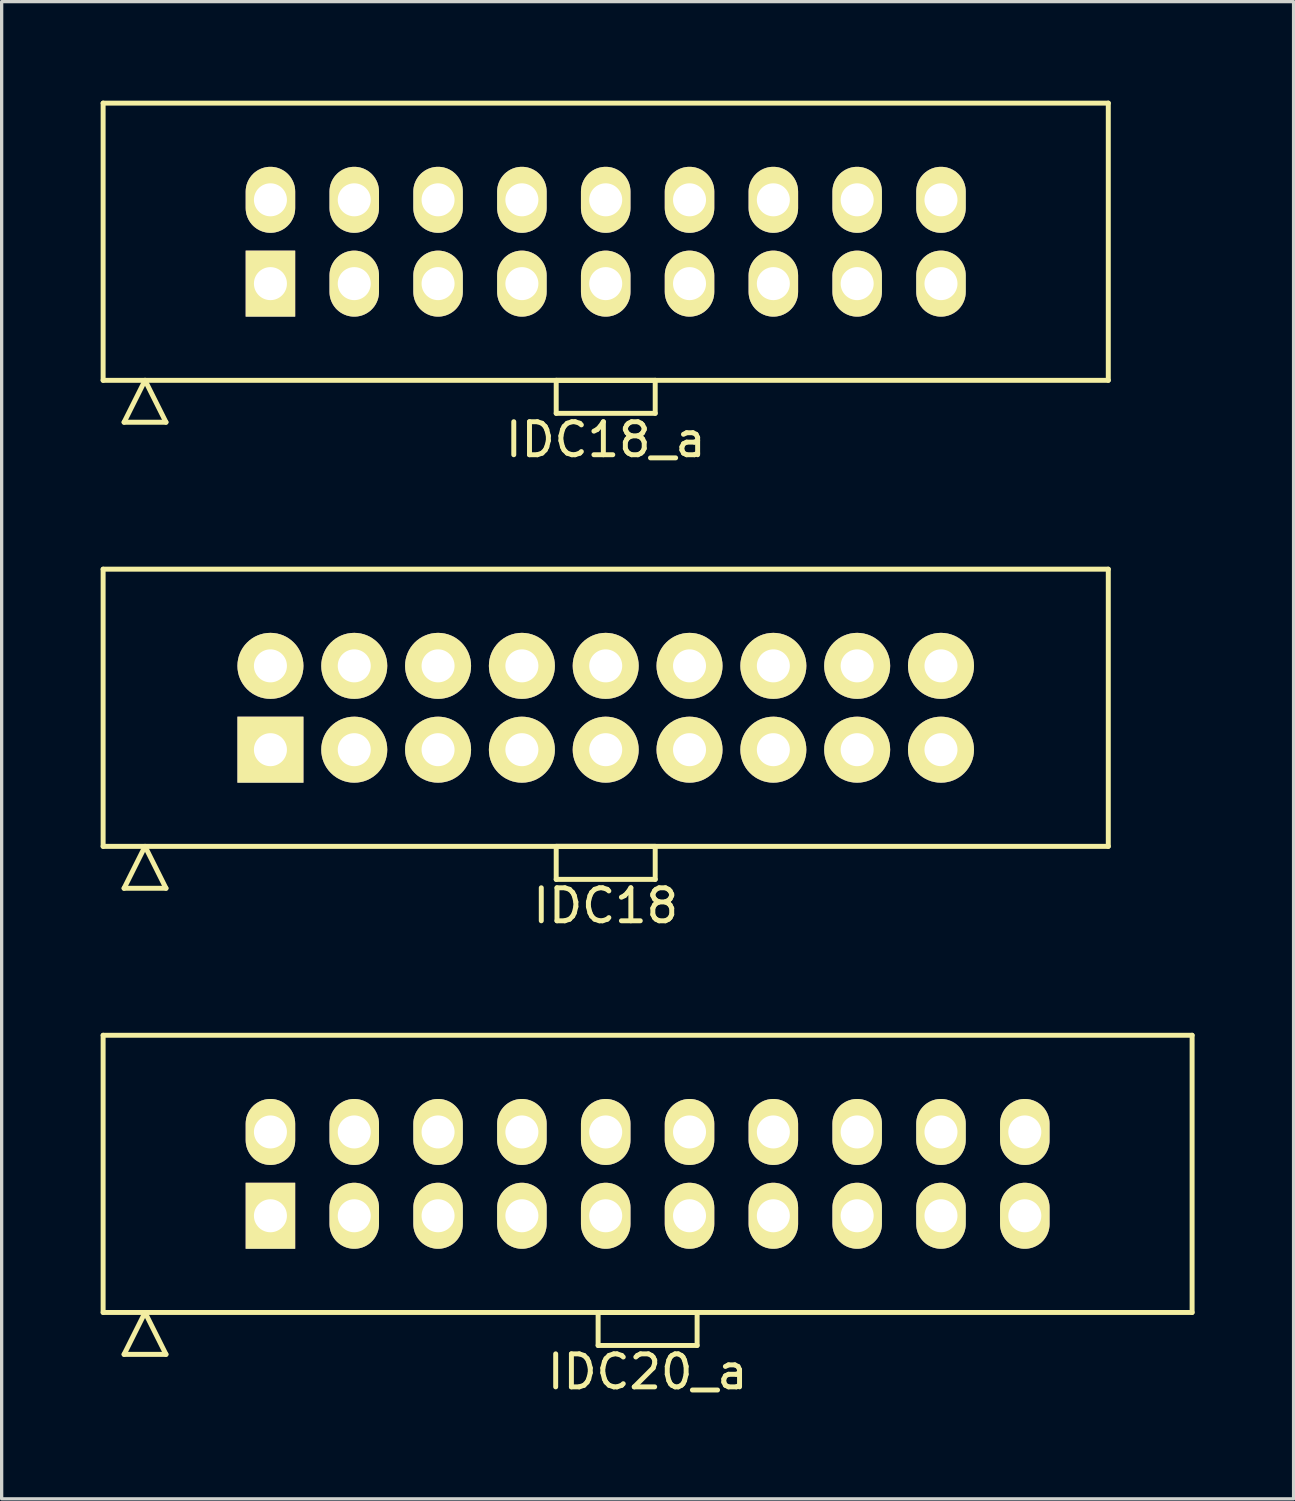
<source format=kicad_pcb>
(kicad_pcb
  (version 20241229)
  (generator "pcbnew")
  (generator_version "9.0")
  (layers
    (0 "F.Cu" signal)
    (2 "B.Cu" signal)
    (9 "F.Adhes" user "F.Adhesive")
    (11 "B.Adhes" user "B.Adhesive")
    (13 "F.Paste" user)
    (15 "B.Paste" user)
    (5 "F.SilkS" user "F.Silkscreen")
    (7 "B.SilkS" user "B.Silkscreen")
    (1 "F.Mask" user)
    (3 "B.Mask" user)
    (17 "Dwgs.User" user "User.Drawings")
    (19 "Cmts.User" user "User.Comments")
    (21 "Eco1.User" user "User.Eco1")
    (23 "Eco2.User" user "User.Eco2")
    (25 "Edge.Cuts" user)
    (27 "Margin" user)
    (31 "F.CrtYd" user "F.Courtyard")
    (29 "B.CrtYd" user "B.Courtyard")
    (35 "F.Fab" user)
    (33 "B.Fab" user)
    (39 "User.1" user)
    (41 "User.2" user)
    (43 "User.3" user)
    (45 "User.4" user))
  (footprint "IDC18"
    (layer "F.Cu")
    (at 15.305 18.398)
    (property "Reference" "IDC18" (at 0 6 0) (layer "F.SilkS") (effects (font (size 1 1) (thickness 0.15))))
    (attr through_hole)
    (fp_line (start -15.23 -4.2) (end -15.23 4.2) (stroke (width 0.15) (type solid)) (layer "F.SilkS"))
    (fp_line (start -15.23 4.2) (end 15.23 4.2) (stroke (width 0.15) (type solid)) (layer "F.SilkS"))
    (fp_line (start -14.595 5.47) (end -13.96 4.2) (stroke (width 0.15) (type solid)) (layer "F.SilkS"))
    (fp_line (start -14.595 5.47) (end -13.325 5.47) (stroke (width 0.15) (type solid)) (layer "F.SilkS"))
    (fp_line (start -13.325 5.47) (end -13.96 4.2) (stroke (width 0.15) (type solid)) (layer "F.SilkS"))
    (fp_line (start -1.5 4.2) (end -1.5 5.2) (stroke (width 0.15) (type solid)) (layer "F.SilkS"))
    (fp_line (start -1.5 5.2) (end 1.5 5.2) (stroke (width 0.15) (type solid)) (layer "F.SilkS"))
    (fp_line (start 1.5 4.2) (end -1.5 4.2) (stroke (width 0.15) (type solid)) (layer "F.SilkS"))
    (fp_line (start 1.5 5.2) (end 1.5 4.2) (stroke (width 0.15) (type solid)) (layer "F.SilkS"))
    (fp_line (start 15.23 -4.2) (end -15.23 -4.2) (stroke (width 0.15) (type solid)) (layer "F.SilkS"))
    (fp_line (start 15.23 4.2) (end 15.23 -4.2) (stroke (width 0.15) (type solid)) (layer "F.SilkS"))
    (pad "1" thru_hole rect (at -10.16 1.27) (size 2 2) (drill 1) (layers "*.Cu" "*.Mask" "F.SilkS"))
    (pad "2" thru_hole oval (at -10.16 -1.27) (size 2 2) (drill 1) (layers "*.Cu" "*.Mask" "F.SilkS"))
    (pad "3" thru_hole oval (at -7.62 1.27) (size 2 2) (drill 1) (layers "*.Cu" "*.Mask" "F.SilkS"))
    (pad "4" thru_hole oval (at -7.62 -1.27) (size 2 2) (drill 1) (layers "*.Cu" "*.Mask" "F.SilkS"))
    (pad "5" thru_hole oval (at -5.08 1.27) (size 2 2) (drill 1) (layers "*.Cu" "*.Mask" "F.SilkS"))
    (pad "6" thru_hole oval (at -5.08 -1.27) (size 2 2) (drill 1) (layers "*.Cu" "*.Mask" "F.SilkS"))
    (pad "7" thru_hole oval (at -2.54 1.27) (size 2 2) (drill 1) (layers "*.Cu" "*.Mask" "F.SilkS"))
    (pad "8" thru_hole oval (at -2.54 -1.27) (size 2 2) (drill 1) (layers "*.Cu" "*.Mask" "F.SilkS"))
    (pad "9" thru_hole oval (at 0 1.27) (size 2 2) (drill 1) (layers "*.Cu" "*.Mask" "F.SilkS"))
    (pad "10" thru_hole oval (at 0 -1.27) (size 2 2) (drill 1) (layers "*.Cu" "*.Mask" "F.SilkS"))
    (pad "11" thru_hole oval (at 2.54 1.27) (size 2 2) (drill 1) (layers "*.Cu" "*.Mask" "F.SilkS"))
    (pad "12" thru_hole oval (at 2.54 -1.27) (size 2 2) (drill 1) (layers "*.Cu" "*.Mask" "F.SilkS"))
    (pad "13" thru_hole oval (at 5.08 1.27) (size 2 2) (drill 1) (layers "*.Cu" "*.Mask" "F.SilkS"))
    (pad "14" thru_hole oval (at 5.08 -1.27) (size 2 2) (drill 1) (layers "*.Cu" "*.Mask" "F.SilkS"))
    (pad "15" thru_hole oval (at 7.62 1.27) (size 2 2) (drill 1) (layers "*.Cu" "*.Mask" "F.SilkS"))
    (pad "16" thru_hole oval (at 7.62 -1.27) (size 2 2) (drill 1) (layers "*.Cu" "*.Mask" "F.SilkS"))
    (pad "17" thru_hole oval (at 10.16 1.27) (size 2 2) (drill 1) (layers "*.Cu" "*.Mask" "F.SilkS"))
    (pad "18" thru_hole oval (at 10.16 -1.27) (size 2 2) (drill 1) (layers "*.Cu" "*.Mask" "F.SilkS")))
  (footprint "IDC20_a"
    (layer "F.Cu")
    (at 16.575 32.522)
    (property "Reference" "IDC20_a" (at 0 6 0) (layer "F.SilkS") (effects (font (size 1 1) (thickness 0.15))))
    (attr through_hole)
    (fp_line (start -16.5 -4.2) (end -16.5 4.2) (stroke (width 0.15) (type solid)) (layer "F.SilkS"))
    (fp_line (start -16.5 4.2) (end 16.5 4.2) (stroke (width 0.15) (type solid)) (layer "F.SilkS"))
    (fp_line (start -15.865 5.47) (end -15.23 4.2) (stroke (width 0.15) (type solid)) (layer "F.SilkS"))
    (fp_line (start -15.865 5.47) (end -14.595 5.47) (stroke (width 0.15) (type solid)) (layer "F.SilkS"))
    (fp_line (start -14.595 5.47) (end -15.23 4.2) (stroke (width 0.15) (type solid)) (layer "F.SilkS"))
    (fp_line (start -1.5 4.2) (end -1.5 5.2) (stroke (width 0.15) (type solid)) (layer "F.SilkS"))
    (fp_line (start -1.5 5.2) (end 1.5 5.2) (stroke (width 0.15) (type solid)) (layer "F.SilkS"))
    (fp_line (start 1.5 4.2) (end -1.5 4.2) (stroke (width 0.15) (type solid)) (layer "F.SilkS"))
    (fp_line (start 1.5 5.2) (end 1.5 4.2) (stroke (width 0.15) (type solid)) (layer "F.SilkS"))
    (fp_line (start 16.5 -4.2) (end -16.5 -4.2) (stroke (width 0.15) (type solid)) (layer "F.SilkS"))
    (fp_line (start 16.5 4.2) (end 16.5 -4.2) (stroke (width 0.15) (type solid)) (layer "F.SilkS"))
    (pad "1" thru_hole rect (at -11.43 1.27) (size 1.5 2) (drill 1) (layers "*.Cu" "*.Mask" "F.SilkS"))
    (pad "2" thru_hole oval (at -11.43 -1.27) (size 1.5 2) (drill 1) (layers "*.Cu" "*.Mask" "F.SilkS"))
    (pad "3" thru_hole oval (at -8.89 1.27) (size 1.5 2) (drill 1) (layers "*.Cu" "*.Mask" "F.SilkS"))
    (pad "4" thru_hole oval (at -8.89 -1.27) (size 1.5 2) (drill 1) (layers "*.Cu" "*.Mask" "F.SilkS"))
    (pad "5" thru_hole oval (at -6.35 1.27) (size 1.5 2) (drill 1) (layers "*.Cu" "*.Mask" "F.SilkS"))
    (pad "6" thru_hole oval (at -6.35 -1.27) (size 1.5 2) (drill 1) (layers "*.Cu" "*.Mask" "F.SilkS"))
    (pad "7" thru_hole oval (at -3.81 1.27) (size 1.5 2) (drill 1) (layers "*.Cu" "*.Mask" "F.SilkS"))
    (pad "8" thru_hole oval (at -3.81 -1.27) (size 1.5 2) (drill 1) (layers "*.Cu" "*.Mask" "F.SilkS"))
    (pad "9" thru_hole oval (at -1.27 1.27) (size 1.5 2) (drill 1) (layers "*.Cu" "*.Mask" "F.SilkS"))
    (pad "10" thru_hole oval (at -1.27 -1.27) (size 1.5 2) (drill 1) (layers "*.Cu" "*.Mask" "F.SilkS"))
    (pad "11" thru_hole oval (at 1.27 1.27) (size 1.5 2) (drill 1) (layers "*.Cu" "*.Mask" "F.SilkS"))
    (pad "12" thru_hole oval (at 1.27 -1.27) (size 1.5 2) (drill 1) (layers "*.Cu" "*.Mask" "F.SilkS"))
    (pad "13" thru_hole oval (at 3.81 1.27) (size 1.5 2) (drill 1) (layers "*.Cu" "*.Mask" "F.SilkS"))
    (pad "14" thru_hole oval (at 3.81 -1.27) (size 1.5 2) (drill 1) (layers "*.Cu" "*.Mask" "F.SilkS"))
    (pad "15" thru_hole oval (at 6.35 1.27) (size 1.5 2) (drill 1) (layers "*.Cu" "*.Mask" "F.SilkS"))
    (pad "16" thru_hole oval (at 6.35 -1.27) (size 1.5 2) (drill 1) (layers "*.Cu" "*.Mask" "F.SilkS"))
    (pad "17" thru_hole oval (at 8.89 1.27) (size 1.5 2) (drill 1) (layers "*.Cu" "*.Mask" "F.SilkS"))
    (pad "18" thru_hole oval (at 8.89 -1.27) (size 1.5 2) (drill 1) (layers "*.Cu" "*.Mask" "F.SilkS"))
    (pad "19" thru_hole oval (at 11.43 1.27) (size 1.5 2) (drill 1) (layers "*.Cu" "*.Mask" "F.SilkS"))
    (pad "20" thru_hole oval (at 11.43 -1.27) (size 1.5 2) (drill 1) (layers "*.Cu" "*.Mask" "F.SilkS")))
  (footprint "IDC18_a"
    (layer "F.Cu")
    (at 15.305 4.275)
    (property "Reference" "IDC18_a" (at 0 6 0) (layer "F.SilkS") (effects (font (size 1 1) (thickness 0.15))))
    (attr through_hole)
    (fp_line (start -15.23 -4.2) (end -15.23 4.2) (stroke (width 0.15) (type solid)) (layer "F.SilkS"))
    (fp_line (start -15.23 4.2) (end 15.23 4.2) (stroke (width 0.15) (type solid)) (layer "F.SilkS"))
    (fp_line (start -14.595 5.47) (end -13.96 4.2) (stroke (width 0.15) (type solid)) (layer "F.SilkS"))
    (fp_line (start -14.595 5.47) (end -13.325 5.47) (stroke (width 0.15) (type solid)) (layer "F.SilkS"))
    (fp_line (start -13.325 5.47) (end -13.96 4.2) (stroke (width 0.15) (type solid)) (layer "F.SilkS"))
    (fp_line (start -1.5 4.2) (end -1.5 5.2) (stroke (width 0.15) (type solid)) (layer "F.SilkS"))
    (fp_line (start -1.5 5.2) (end 1.5 5.2) (stroke (width 0.15) (type solid)) (layer "F.SilkS"))
    (fp_line (start 1.5 4.2) (end -1.5 4.2) (stroke (width 0.15) (type solid)) (layer "F.SilkS"))
    (fp_line (start 1.5 5.2) (end 1.5 4.2) (stroke (width 0.15) (type solid)) (layer "F.SilkS"))
    (fp_line (start 15.23 -4.2) (end -15.23 -4.2) (stroke (width 0.15) (type solid)) (layer "F.SilkS"))
    (fp_line (start 15.23 4.2) (end 15.23 -4.2) (stroke (width 0.15) (type solid)) (layer "F.SilkS"))
    (pad "1" thru_hole rect (at -10.16 1.27) (size 1.5 2) (drill 1) (layers "*.Cu" "*.Mask" "F.SilkS"))
    (pad "2" thru_hole oval (at -10.16 -1.27) (size 1.5 2) (drill 1) (layers "*.Cu" "*.Mask" "F.SilkS"))
    (pad "3" thru_hole oval (at -7.62 1.27) (size 1.5 2) (drill 1) (layers "*.Cu" "*.Mask" "F.SilkS"))
    (pad "4" thru_hole oval (at -7.62 -1.27) (size 1.5 2) (drill 1) (layers "*.Cu" "*.Mask" "F.SilkS"))
    (pad "5" thru_hole oval (at -5.08 1.27) (size 1.5 2) (drill 1) (layers "*.Cu" "*.Mask" "F.SilkS"))
    (pad "6" thru_hole oval (at -5.08 -1.27) (size 1.5 2) (drill 1) (layers "*.Cu" "*.Mask" "F.SilkS"))
    (pad "7" thru_hole oval (at -2.54 1.27) (size 1.5 2) (drill 1) (layers "*.Cu" "*.Mask" "F.SilkS"))
    (pad "8" thru_hole oval (at -2.54 -1.27) (size 1.5 2) (drill 1) (layers "*.Cu" "*.Mask" "F.SilkS"))
    (pad "9" thru_hole oval (at 0 1.27) (size 1.5 2) (drill 1) (layers "*.Cu" "*.Mask" "F.SilkS"))
    (pad "10" thru_hole oval (at 0 -1.27) (size 1.5 2) (drill 1) (layers "*.Cu" "*.Mask" "F.SilkS"))
    (pad "11" thru_hole oval (at 2.54 1.27) (size 1.5 2) (drill 1) (layers "*.Cu" "*.Mask" "F.SilkS"))
    (pad "12" thru_hole oval (at 2.54 -1.27) (size 1.5 2) (drill 1) (layers "*.Cu" "*.Mask" "F.SilkS"))
    (pad "13" thru_hole oval (at 5.08 1.27) (size 1.5 2) (drill 1) (layers "*.Cu" "*.Mask" "F.SilkS"))
    (pad "14" thru_hole oval (at 5.08 -1.27) (size 1.5 2) (drill 1) (layers "*.Cu" "*.Mask" "F.SilkS"))
    (pad "15" thru_hole oval (at 7.62 1.27) (size 1.5 2) (drill 1) (layers "*.Cu" "*.Mask" "F.SilkS"))
    (pad "16" thru_hole oval (at 7.62 -1.27) (size 1.5 2) (drill 1) (layers "*.Cu" "*.Mask" "F.SilkS"))
    (pad "17" thru_hole oval (at 10.16 1.27) (size 1.5 2) (drill 1) (layers "*.Cu" "*.Mask" "F.SilkS"))
    (pad "18" thru_hole oval (at 10.16 -1.27) (size 1.5 2) (drill 1) (layers "*.Cu" "*.Mask" "F.SilkS")))
  (gr_rect
    (start -3 -3)
    (end 36.15 42.37)
    (stroke (width 0.1) (type default))
    (fill no)
    (layer "Edge.Cuts")))
</source>
